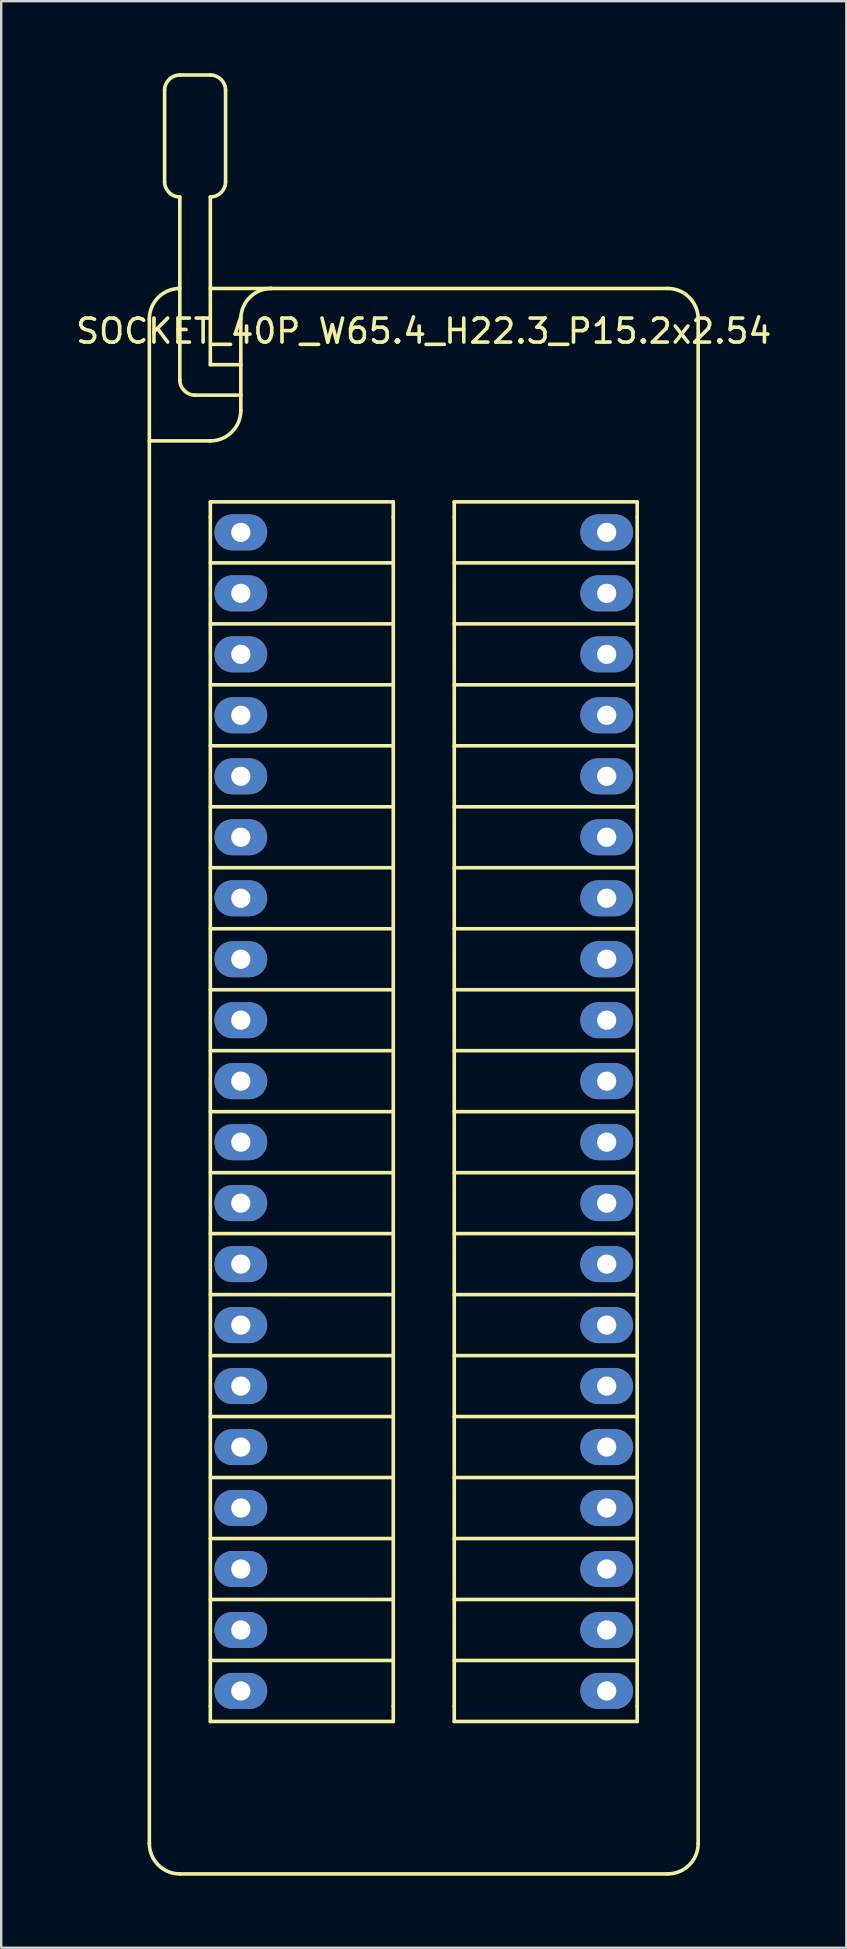
<source format=kicad_pcb>
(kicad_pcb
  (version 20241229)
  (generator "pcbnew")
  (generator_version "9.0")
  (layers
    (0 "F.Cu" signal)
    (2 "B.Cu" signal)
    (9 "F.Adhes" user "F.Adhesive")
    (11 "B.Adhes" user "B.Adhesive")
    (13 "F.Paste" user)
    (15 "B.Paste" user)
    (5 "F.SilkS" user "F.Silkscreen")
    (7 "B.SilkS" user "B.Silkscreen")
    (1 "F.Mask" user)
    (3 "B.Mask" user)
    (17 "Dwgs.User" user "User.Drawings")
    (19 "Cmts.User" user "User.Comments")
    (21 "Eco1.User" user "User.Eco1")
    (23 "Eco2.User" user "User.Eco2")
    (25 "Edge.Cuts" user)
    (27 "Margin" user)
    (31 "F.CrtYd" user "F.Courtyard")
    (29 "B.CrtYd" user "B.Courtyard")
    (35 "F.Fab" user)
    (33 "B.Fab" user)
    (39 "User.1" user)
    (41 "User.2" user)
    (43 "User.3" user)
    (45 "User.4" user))
  (footprint "SOCKET_40P_W65.4_H22.3_P15.2x2.54"
    (layer "F.Cu")
    (at 14.601 41.858)
    (property "Reference" "SOCKET_40P_W65.4_H22.3_P15.2x2.54" (at 0 -31.115 0) (layer "F.SilkS") (effects (font (size 1 1) (thickness 0.15))))
    (attr through_hole)
    (fp_line (start -11.43 -31.623) (end -11.43 31.877) (stroke (width 0.15) (type solid)) (layer "F.SilkS"))
    (fp_line (start -10.795 -41.148) (end -10.795 -37.338) (stroke (width 0.15) (type solid)) (layer "F.SilkS"))
    (fp_line (start -10.16 -29.083) (end -10.16 -36.703) (stroke (width 0.15) (type solid)) (layer "F.SilkS"))
    (fp_line (start -10.16 33.147) (end 10.16 33.147) (stroke (width 0.15) (type solid)) (layer "F.SilkS"))
    (fp_line (start -9.525 -28.448) (end -7.62 -28.448) (stroke (width 0.15) (type solid)) (layer "F.SilkS"))
    (fp_line (start -8.89 -41.783) (end -10.16 -41.783) (stroke (width 0.15) (type solid)) (layer "F.SilkS"))
    (fp_line (start -8.89 -36.703) (end -8.89 -29.718) (stroke (width 0.15) (type solid)) (layer "F.SilkS"))
    (fp_line (start -8.89 -32.893) (end -6.35 -32.893) (stroke (width 0.15) (type solid)) (layer "F.SilkS"))
    (fp_line (start -8.89 -29.718) (end -7.62 -29.718) (stroke (width 0.15) (type solid)) (layer "F.SilkS"))
    (fp_line (start -8.89 -26.543) (end -11.43 -26.543) (stroke (width 0.15) (type solid)) (layer "F.SilkS"))
    (fp_line (start -8.89 -24.003) (end -8.89 -23.368) (stroke (width 0.15) (type solid)) (layer "F.SilkS"))
    (fp_line (start -8.89 -24.003) (end -1.27 -24.003) (stroke (width 0.15) (type solid)) (layer "F.SilkS"))
    (fp_line (start -8.89 -23.368) (end -8.89 26.162) (stroke (width 0.15) (type solid)) (layer "F.SilkS"))
    (fp_line (start -8.89 -21.463) (end -1.27 -21.463) (stroke (width 0.15) (type solid)) (layer "F.SilkS"))
    (fp_line (start -8.89 -18.923) (end -1.27 -18.923) (stroke (width 0.15) (type solid)) (layer "F.SilkS"))
    (fp_line (start -8.89 -16.383) (end -1.27 -16.383) (stroke (width 0.15) (type solid)) (layer "F.SilkS"))
    (fp_line (start -8.89 -13.843) (end -1.27 -13.843) (stroke (width 0.15) (type solid)) (layer "F.SilkS"))
    (fp_line (start -8.89 -11.303) (end -1.27 -11.303) (stroke (width 0.15) (type solid)) (layer "F.SilkS"))
    (fp_line (start -8.89 -8.763) (end -1.27 -8.763) (stroke (width 0.15) (type solid)) (layer "F.SilkS"))
    (fp_line (start -8.89 -6.223) (end -1.27 -6.223) (stroke (width 0.15) (type solid)) (layer "F.SilkS"))
    (fp_line (start -8.89 -3.683) (end -1.27 -3.683) (stroke (width 0.15) (type solid)) (layer "F.SilkS"))
    (fp_line (start -8.89 -1.143) (end -1.27 -1.143) (stroke (width 0.15) (type solid)) (layer "F.SilkS"))
    (fp_line (start -8.89 1.397) (end -1.27 1.397) (stroke (width 0.15) (type solid)) (layer "F.SilkS"))
    (fp_line (start -8.89 3.937) (end -1.27 3.937) (stroke (width 0.15) (type solid)) (layer "F.SilkS"))
    (fp_line (start -8.89 6.477) (end -1.27 6.477) (stroke (width 0.15) (type solid)) (layer "F.SilkS"))
    (fp_line (start -8.89 9.017) (end -1.27 9.017) (stroke (width 0.15) (type solid)) (layer "F.SilkS"))
    (fp_line (start -8.89 11.557) (end -1.27 11.557) (stroke (width 0.15) (type solid)) (layer "F.SilkS"))
    (fp_line (start -8.89 14.097) (end -1.27 14.097) (stroke (width 0.15) (type solid)) (layer "F.SilkS"))
    (fp_line (start -8.89 16.637) (end -1.27 16.637) (stroke (width 0.15) (type solid)) (layer "F.SilkS"))
    (fp_line (start -8.89 19.177) (end -1.27 19.177) (stroke (width 0.15) (type solid)) (layer "F.SilkS"))
    (fp_line (start -8.89 21.717) (end -1.27 21.717) (stroke (width 0.15) (type solid)) (layer "F.SilkS"))
    (fp_line (start -8.89 24.257) (end -1.27 24.257) (stroke (width 0.15) (type solid)) (layer "F.SilkS"))
    (fp_line (start -8.89 26.162) (end -8.89 26.797) (stroke (width 0.15) (type solid)) (layer "F.SilkS"))
    (fp_line (start -8.89 26.797) (end -1.27 26.797) (stroke (width 0.15) (type solid)) (layer "F.SilkS"))
    (fp_line (start -8.255 -41.148) (end -8.255 -37.338) (stroke (width 0.15) (type solid)) (layer "F.SilkS"))
    (fp_line (start -7.62 -27.813) (end -7.62 -31.623) (stroke (width 0.15) (type solid)) (layer "F.SilkS"))
    (fp_line (start -1.27 -24.003) (end -1.27 -23.368) (stroke (width 0.15) (type solid)) (layer "F.SilkS"))
    (fp_line (start -1.27 26.162) (end -1.27 -23.368) (stroke (width 0.15) (type solid)) (layer "F.SilkS"))
    (fp_line (start -1.27 26.797) (end -1.27 26.162) (stroke (width 0.15) (type solid)) (layer "F.SilkS"))
    (fp_line (start 1.27 -24.003) (end 1.27 -23.368) (stroke (width 0.15) (type solid)) (layer "F.SilkS"))
    (fp_line (start 1.27 -23.368) (end 1.27 26.162) (stroke (width 0.15) (type solid)) (layer "F.SilkS"))
    (fp_line (start 1.27 -21.463) (end 8.89 -21.463) (stroke (width 0.15) (type solid)) (layer "F.SilkS"))
    (fp_line (start 1.27 -18.923) (end 8.89 -18.923) (stroke (width 0.15) (type solid)) (layer "F.SilkS"))
    (fp_line (start 1.27 -16.383) (end 8.89 -16.383) (stroke (width 0.15) (type solid)) (layer "F.SilkS"))
    (fp_line (start 1.27 -13.843) (end 8.89 -13.843) (stroke (width 0.15) (type solid)) (layer "F.SilkS"))
    (fp_line (start 1.27 -11.303) (end 8.89 -11.303) (stroke (width 0.15) (type solid)) (layer "F.SilkS"))
    (fp_line (start 1.27 -8.763) (end 8.89 -8.763) (stroke (width 0.15) (type solid)) (layer "F.SilkS"))
    (fp_line (start 1.27 -6.223) (end 8.89 -6.223) (stroke (width 0.15) (type solid)) (layer "F.SilkS"))
    (fp_line (start 1.27 -3.683) (end 8.89 -3.683) (stroke (width 0.15) (type solid)) (layer "F.SilkS"))
    (fp_line (start 1.27 -1.143) (end 8.89 -1.143) (stroke (width 0.15) (type solid)) (layer "F.SilkS"))
    (fp_line (start 1.27 1.397) (end 8.89 1.397) (stroke (width 0.15) (type solid)) (layer "F.SilkS"))
    (fp_line (start 1.27 3.937) (end 8.89 3.937) (stroke (width 0.15) (type solid)) (layer "F.SilkS"))
    (fp_line (start 1.27 6.477) (end 8.89 6.477) (stroke (width 0.15) (type solid)) (layer "F.SilkS"))
    (fp_line (start 1.27 9.017) (end 8.89 9.017) (stroke (width 0.15) (type solid)) (layer "F.SilkS"))
    (fp_line (start 1.27 11.557) (end 8.89 11.557) (stroke (width 0.15) (type solid)) (layer "F.SilkS"))
    (fp_line (start 1.27 14.097) (end 8.89 14.097) (stroke (width 0.15) (type solid)) (layer "F.SilkS"))
    (fp_line (start 1.27 16.637) (end 8.89 16.637) (stroke (width 0.15) (type solid)) (layer "F.SilkS"))
    (fp_line (start 1.27 19.177) (end 8.89 19.177) (stroke (width 0.15) (type solid)) (layer "F.SilkS"))
    (fp_line (start 1.27 21.717) (end 8.89 21.717) (stroke (width 0.15) (type solid)) (layer "F.SilkS"))
    (fp_line (start 1.27 24.257) (end 8.89 24.257) (stroke (width 0.15) (type solid)) (layer "F.SilkS"))
    (fp_line (start 1.27 26.162) (end 1.27 26.797) (stroke (width 0.15) (type solid)) (layer "F.SilkS"))
    (fp_line (start 1.27 26.797) (end 8.89 26.797) (stroke (width 0.15) (type solid)) (layer "F.SilkS"))
    (fp_line (start 8.89 -24.003) (end 1.27 -24.003) (stroke (width 0.15) (type solid)) (layer "F.SilkS"))
    (fp_line (start 8.89 -24.003) (end 8.89 -23.368) (stroke (width 0.15) (type solid)) (layer "F.SilkS"))
    (fp_line (start 8.89 26.162) (end 8.89 -23.368) (stroke (width 0.15) (type solid)) (layer "F.SilkS"))
    (fp_line (start 8.89 26.797) (end 8.89 26.162) (stroke (width 0.15) (type solid)) (layer "F.SilkS"))
    (fp_line (start 10.16 -32.893) (end -6.35 -32.893) (stroke (width 0.15) (type solid)) (layer "F.SilkS"))
    (fp_line (start 11.43 31.877) (end 11.43 -31.623) (stroke (width 0.15) (type solid)) (layer "F.SilkS"))
    (fp_arc (start -11.43 -31.623) (mid -11.058026 -32.521026) (end -10.16 -32.893) (stroke (width 0.15) (type solid)) (layer "F.SilkS"))
    (fp_arc (start -10.795 -41.148) (mid -10.609013 -41.597013) (end -10.16 -41.783) (stroke (width 0.15) (type solid)) (layer "F.SilkS"))
    (fp_arc (start -10.16 -36.703) (mid -10.609013 -36.888987) (end -10.795 -37.338) (stroke (width 0.15) (type solid)) (layer "F.SilkS"))
    (fp_arc (start -10.16 33.147) (mid -11.058026 32.775026) (end -11.43 31.877) (stroke (width 0.15) (type solid)) (layer "F.SilkS"))
    (fp_arc (start -9.525 -28.448) (mid -9.974013 -28.633987) (end -10.16 -29.083) (stroke (width 0.15) (type solid)) (layer "F.SilkS"))
    (fp_arc (start -8.89 -41.783) (mid -8.440987 -41.597013) (end -8.255 -41.148) (stroke (width 0.15) (type solid)) (layer "F.SilkS"))
    (fp_arc (start -8.255 -37.338) (mid -8.440987 -36.888987) (end -8.89 -36.703) (stroke (width 0.15) (type solid)) (layer "F.SilkS"))
    (fp_arc (start -7.62 -31.623) (mid -7.248026 -32.521026) (end -6.35 -32.893) (stroke (width 0.15) (type solid)) (layer "F.SilkS"))
    (fp_arc (start -7.62 -27.813) (mid -7.991974 -26.914974) (end -8.89 -26.543) (stroke (width 0.15) (type solid)) (layer "F.SilkS"))
    (fp_arc (start 10.16 -32.893) (mid 11.058026 -32.521026) (end 11.43 -31.623) (stroke (width 0.15) (type solid)) (layer "F.SilkS"))
    (fp_arc (start 11.43 31.877) (mid 11.058026 32.775026) (end 10.16 33.147) (stroke (width 0.15) (type solid)) (layer "F.SilkS"))
    (pad "1" thru_hole oval (at -7.62 -22.733) (size 2.2 1.501) (drill 0.8) (layers "*.Cu" "*.Mask"))
    (pad "2" thru_hole oval (at -7.62 -20.193) (size 2.2 1.501) (drill 0.8) (layers "*.Cu" "*.Mask"))
    (pad "3" thru_hole oval (at -7.62 -17.653) (size 2.2 1.501) (drill 0.8) (layers "*.Cu" "*.Mask"))
    (pad "4" thru_hole oval (at -7.62 -15.113) (size 2.2 1.501) (drill 0.8) (layers "*.Cu" "*.Mask"))
    (pad "5" thru_hole oval (at -7.62 -12.573) (size 2.2 1.501) (drill 0.8) (layers "*.Cu" "*.Mask"))
    (pad "6" thru_hole oval (at -7.62 -10.033) (size 2.2 1.501) (drill 0.8) (layers "*.Cu" "*.Mask"))
    (pad "7" thru_hole oval (at -7.62 -7.493) (size 2.2 1.501) (drill 0.8) (layers "*.Cu" "*.Mask"))
    (pad "8" thru_hole oval (at -7.62 -4.953) (size 2.2 1.501) (drill 0.8) (layers "*.Cu" "*.Mask"))
    (pad "9" thru_hole oval (at -7.62 -2.413) (size 2.2 1.501) (drill 0.8) (layers "*.Cu" "*.Mask"))
    (pad "10" thru_hole oval (at -7.62 0.127) (size 2.2 1.501) (drill 0.8) (layers "*.Cu" "*.Mask"))
    (pad "11" thru_hole oval (at -7.62 2.667) (size 2.2 1.501) (drill 0.8) (layers "*.Cu" "*.Mask"))
    (pad "12" thru_hole oval (at -7.62 5.207) (size 2.2 1.501) (drill 0.8) (layers "*.Cu" "*.Mask"))
    (pad "13" thru_hole oval (at -7.62 7.747) (size 2.2 1.501) (drill 0.8) (layers "*.Cu" "*.Mask"))
    (pad "14" thru_hole oval (at -7.62 10.287) (size 2.2 1.501) (drill 0.8) (layers "*.Cu" "*.Mask"))
    (pad "15" thru_hole oval (at -7.62 12.827) (size 2.2 1.501) (drill 0.8) (layers "*.Cu" "*.Mask"))
    (pad "16" thru_hole oval (at -7.62 15.367) (size 2.2 1.501) (drill 0.8) (layers "*.Cu" "*.Mask"))
    (pad "17" thru_hole oval (at -7.62 17.907) (size 2.2 1.501) (drill 0.8) (layers "*.Cu" "*.Mask"))
    (pad "18" thru_hole oval (at -7.62 20.447) (size 2.2 1.501) (drill 0.8) (layers "*.Cu" "*.Mask"))
    (pad "19" thru_hole oval (at -7.62 22.987) (size 2.2 1.501) (drill 0.8) (layers "*.Cu" "*.Mask"))
    (pad "20" thru_hole oval (at -7.62 25.527) (size 2.2 1.501) (drill 0.8) (layers "*.Cu" "*.Mask"))
    (pad "21" thru_hole oval (at 7.62 25.527) (size 2.2 1.501) (drill 0.8) (layers "*.Cu" "*.Mask"))
    (pad "22" thru_hole oval (at 7.62 22.987) (size 2.2 1.501) (drill 0.8) (layers "*.Cu" "*.Mask"))
    (pad "23" thru_hole oval (at 7.62 20.447) (size 2.2 1.501) (drill 0.8) (layers "*.Cu" "*.Mask"))
    (pad "24" thru_hole oval (at 7.62 17.907) (size 2.2 1.501) (drill 0.8) (layers "*.Cu" "*.Mask"))
    (pad "25" thru_hole oval (at 7.62 15.367) (size 2.2 1.501) (drill 0.8) (layers "*.Cu" "*.Mask"))
    (pad "26" thru_hole oval (at 7.62 12.827) (size 2.2 1.501) (drill 0.8) (layers "*.Cu" "*.Mask"))
    (pad "27" thru_hole oval (at 7.62 10.287) (size 2.2 1.501) (drill 0.8) (layers "*.Cu" "*.Mask"))
    (pad "28" thru_hole oval (at 7.62 7.747) (size 2.2 1.501) (drill 0.8) (layers "*.Cu" "*.Mask"))
    (pad "29" thru_hole oval (at 7.62 5.207) (size 2.2 1.501) (drill 0.8) (layers "*.Cu" "*.Mask"))
    (pad "30" thru_hole oval (at 7.62 2.667) (size 2.2 1.501) (drill 0.8) (layers "*.Cu" "*.Mask"))
    (pad "31" thru_hole oval (at 7.62 0.127) (size 2.2 1.501) (drill 0.8) (layers "*.Cu" "*.Mask"))
    (pad "32" thru_hole oval (at 7.62 -2.413) (size 2.2 1.501) (drill 0.8) (layers "*.Cu" "*.Mask"))
    (pad "33" thru_hole oval (at 7.62 -4.953) (size 2.2 1.501) (drill 0.8) (layers "*.Cu" "*.Mask"))
    (pad "34" thru_hole oval (at 7.62 -7.493) (size 2.2 1.501) (drill 0.8) (layers "*.Cu" "*.Mask"))
    (pad "35" thru_hole oval (at 7.62 -10.033) (size 2.2 1.501) (drill 0.8) (layers "*.Cu" "*.Mask"))
    (pad "36" thru_hole oval (at 7.62 -12.573) (size 2.2 1.501) (drill 0.8) (layers "*.Cu" "*.Mask"))
    (pad "37" thru_hole oval (at 7.62 -15.113) (size 2.2 1.501) (drill 0.8) (layers "*.Cu" "*.Mask"))
    (pad "38" thru_hole oval (at 7.62 -17.653) (size 2.2 1.501) (drill 0.8) (layers "*.Cu" "*.Mask"))
    (pad "39" thru_hole oval (at 7.62 -20.193) (size 2.2 1.501) (drill 0.8) (layers "*.Cu" "*.Mask"))
    (pad "40" thru_hole oval (at 7.62 -22.733) (size 2.2 1.501) (drill 0.8) (layers "*.Cu" "*.Mask")))
  (gr_rect
    (start -3 -3)
    (end 32.202 78.08)
    (stroke (width 0.1) (type default))
    (fill no)
    (layer "Edge.Cuts")))
</source>
